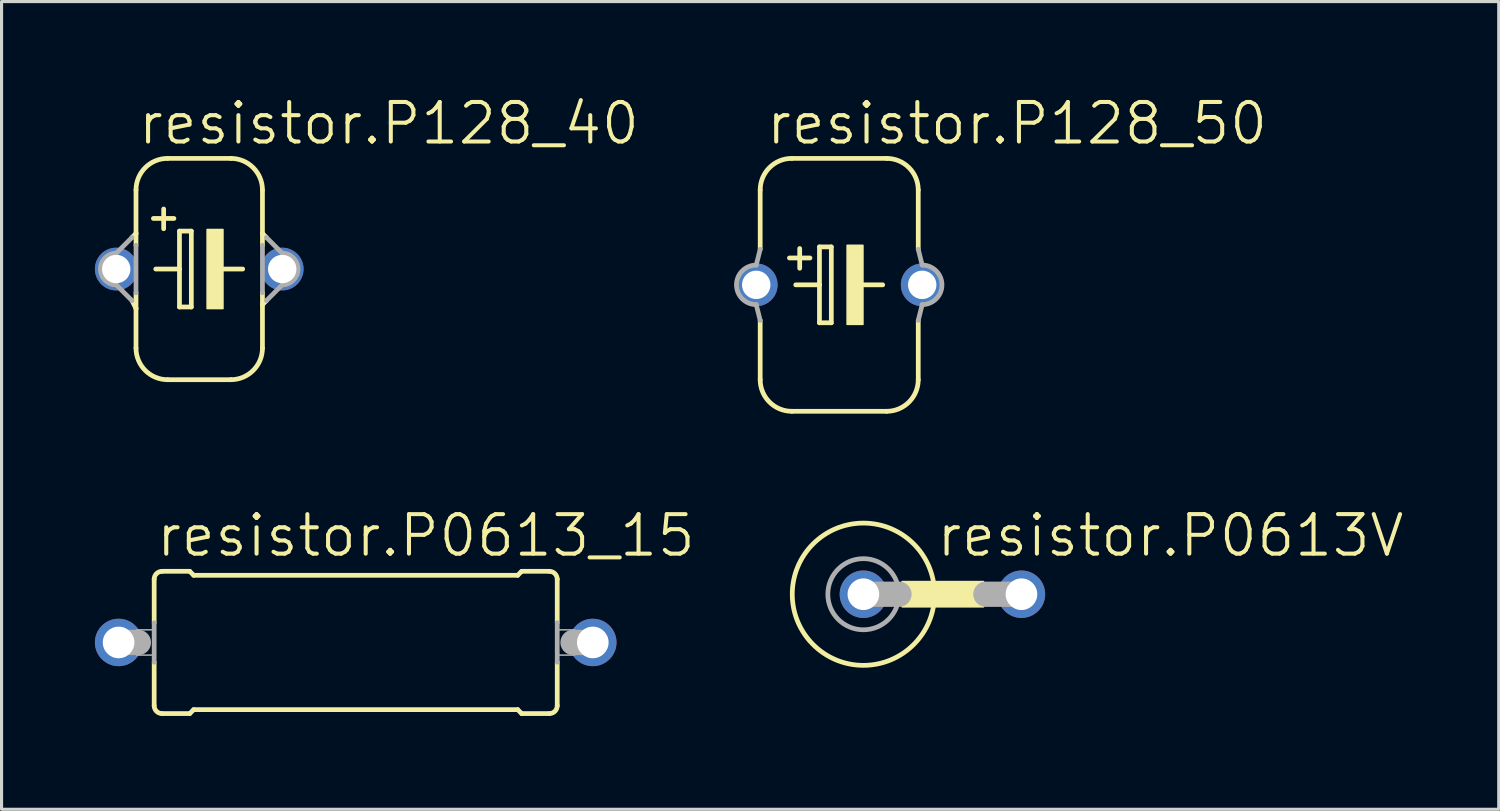
<source format=kicad_pcb>
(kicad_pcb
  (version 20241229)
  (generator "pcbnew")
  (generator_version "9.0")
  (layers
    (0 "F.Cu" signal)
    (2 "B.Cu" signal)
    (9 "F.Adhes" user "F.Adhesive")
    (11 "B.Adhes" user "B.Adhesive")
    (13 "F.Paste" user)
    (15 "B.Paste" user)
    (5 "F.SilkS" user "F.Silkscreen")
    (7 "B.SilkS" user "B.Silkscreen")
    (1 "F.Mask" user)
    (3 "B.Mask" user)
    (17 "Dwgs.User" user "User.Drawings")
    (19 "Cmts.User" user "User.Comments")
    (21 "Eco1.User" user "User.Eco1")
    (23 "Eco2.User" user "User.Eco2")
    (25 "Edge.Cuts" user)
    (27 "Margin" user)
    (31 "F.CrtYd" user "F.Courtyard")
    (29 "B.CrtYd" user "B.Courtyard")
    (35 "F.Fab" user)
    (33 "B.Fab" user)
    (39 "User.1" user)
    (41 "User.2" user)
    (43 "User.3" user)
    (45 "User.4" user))
  (footprint "resistor.P0613V"
    (layer "F.Cu")
    (at 27.239 16.048)
    (property "Reference" "resistor.P0613V" (at -0.254 -1.143 0) (layer "F.SilkS") (effects (font (size 1.27 1.27) (thickness 0.13)) (justify left bottom)))
    (attr through_hole)
    (fp_rect (start -1.295 0.406) (end 1.321 -0.406) (stroke (width 0.05) (type default)) (fill yes) (layer "F.SilkS"))
    (fp_circle (center -2.54 0) (end -0.254 0) (stroke (width 0.152) (type default)) (fill no) (layer "F.SilkS"))
    (fp_line (start -2.54 0) (end -1.397 0) (stroke (width 0.813) (type default)) (layer "F.Fab"))
    (fp_line (start 2.54 0) (end 1.397 0) (stroke (width 0.813) (type default)) (layer "F.Fab"))
    (fp_circle (center -2.54 0) (end -1.397 0) (stroke (width 0.152) (type default)) (fill no) (layer "F.Fab"))
    (pad "1" thru_hole circle (at -2.54 0) (size 1.524 1.524) (drill 1.016) (layers "*.Cu" "*.Mask"))
    (pad "2" thru_hole circle (at 2.54 0) (size 1.524 1.524) (drill 1.016) (layers "*.Cu" "*.Mask")))
  (footprint "resistor.P128_50"
    (layer "F.Cu")
    (at 23.922 6.105)
    (property "Reference" "resistor.P128_50" (at -2.413 -4.445 0) (layer "F.SilkS") (effects (font (size 1.27 1.27) (thickness 0.13)) (justify left bottom)))
    (attr through_hole)
    (fp_line (start -2.54 -3.048) (end -2.54 -1.143) (stroke (width 0.152) (type default)) (layer "F.SilkS"))
    (fp_line (start -2.54 1.143) (end -2.54 3.048) (stroke (width 0.152) (type default)) (layer "F.SilkS"))
    (fp_line (start -1.524 4.064) (end 1.524 4.064) (stroke (width 0.152) (type default)) (layer "F.SilkS"))
    (fp_line (start -1.397 0) (end -0.635 0) (stroke (width 0.152) (type default)) (layer "F.SilkS"))
    (fp_line (start -1.27 -1.168) (end -1.27 -0.533) (stroke (width 0.152) (type default)) (layer "F.SilkS"))
    (fp_line (start -0.94 -0.864) (end -1.6 -0.864) (stroke (width 0.152) (type default)) (layer "F.SilkS"))
    (fp_line (start -0.635 -1.219) (end -0.635 0) (stroke (width 0.152) (type default)) (layer "F.SilkS"))
    (fp_line (start -0.635 0) (end -0.635 1.219) (stroke (width 0.152) (type default)) (layer "F.SilkS"))
    (fp_line (start -0.635 1.219) (end -0.254 1.219) (stroke (width 0.152) (type default)) (layer "F.SilkS"))
    (fp_line (start -0.254 -1.219) (end -0.635 -1.219) (stroke (width 0.152) (type default)) (layer "F.SilkS"))
    (fp_line (start -0.254 1.219) (end -0.254 -1.219) (stroke (width 0.152) (type default)) (layer "F.SilkS"))
    (fp_line (start 0.635 0) (end 1.397 0) (stroke (width 0.152) (type default)) (layer "F.SilkS"))
    (fp_line (start 1.524 -4.064) (end -1.524 -4.064) (stroke (width 0.152) (type default)) (layer "F.SilkS"))
    (fp_line (start 2.54 -3.048) (end 2.54 -1.143) (stroke (width 0.152) (type default)) (layer "F.SilkS"))
    (fp_line (start 2.54 1.143) (end 2.54 3.048) (stroke (width 0.152) (type default)) (layer "F.SilkS"))
    (fp_rect (start 0.254 1.27) (end 0.762 -1.27) (stroke (width 0.05) (type default)) (fill yes) (layer "F.SilkS"))
    (fp_arc (start -2.54 -3.048) (mid -2.24242 -3.76642) (end -1.524 -4.064) (stroke (width 0.1524) (type default)) (layer "F.SilkS"))
    (fp_arc (start -1.524 4.064) (mid -2.24242 3.76642) (end -2.54 3.048) (stroke (width 0.1524) (type default)) (layer "F.SilkS"))
    (fp_arc (start 1.524 -4.064) (mid 2.24242 -3.76642) (end 2.54 -3.048) (stroke (width 0.1524) (type default)) (layer "F.SilkS"))
    (fp_arc (start 2.54 3.048) (mid 2.24242 3.76642) (end 1.524 4.064) (stroke (width 0.1524) (type default)) (layer "F.SilkS"))
    (fp_line (start -2.667 -0.635) (end -2.54 -1.143) (stroke (width 0.152) (type default)) (layer "F.Fab"))
    (fp_line (start -2.54 1.143) (end -2.667 0.635) (stroke (width 0.152) (type default)) (layer "F.Fab"))
    (fp_line (start 2.54 1.143) (end 2.667 0.635) (stroke (width 0.152) (type default)) (layer "F.Fab"))
    (fp_line (start 2.667 -0.635) (end 2.54 -1.143) (stroke (width 0.152) (type default)) (layer "F.Fab"))
    (fp_arc (start -2.667 0.635) (mid -3.302 0) (end -2.667 -0.635) (stroke (width 0.1524) (type default)) (layer "F.Fab"))
    (fp_arc (start 2.667 -0.635) (mid 3.302 0) (end 2.667 0.635) (stroke (width 0.1524) (type default)) (layer "F.Fab"))
    (pad "+" thru_hole circle (at -2.667 0) (size 1.372 1.372) (drill 0.914) (layers "*.Cu" "*.Mask"))
    (pad "-" thru_hole circle (at 2.667 0) (size 1.372 1.372) (drill 0.914) (layers "*.Cu" "*.Mask")))
  (footprint "resistor.P128_40"
    (layer "F.Cu")
    (at 3.353 5.597)
    (property "Reference" "resistor.P128_40" (at -2.032 -3.937 0) (layer "F.SilkS") (effects (font (size 1.27 1.27) (thickness 0.13)) (justify left bottom)))
    (attr through_hole)
    (fp_line (start -2.159 -1.016) (end -2.032 -1.143) (stroke (width 0.152) (type default)) (layer "F.SilkS"))
    (fp_line (start -2.032 -2.54) (end -2.032 -1.143) (stroke (width 0.152) (type default)) (layer "F.SilkS"))
    (fp_line (start -2.032 -1.143) (end -2.032 -0.762) (stroke (width 0.152) (type default)) (layer "F.SilkS"))
    (fp_line (start -2.032 0.762) (end -2.032 1.27) (stroke (width 0.152) (type default)) (layer "F.SilkS"))
    (fp_line (start -2.032 1.27) (end -2.159 1.016) (stroke (width 0.152) (type default)) (layer "F.SilkS"))
    (fp_line (start -2.032 1.27) (end -2.032 2.54) (stroke (width 0.152) (type default)) (layer "F.SilkS"))
    (fp_line (start -1.397 0) (end -0.635 0) (stroke (width 0.152) (type default)) (layer "F.SilkS"))
    (fp_line (start -1.143 -1.93) (end -1.143 -1.295) (stroke (width 0.152) (type default)) (layer "F.SilkS"))
    (fp_line (start -1.016 3.556) (end 1.016 3.556) (stroke (width 0.152) (type default)) (layer "F.SilkS"))
    (fp_line (start -0.813 -1.626) (end -1.473 -1.626) (stroke (width 0.152) (type default)) (layer "F.SilkS"))
    (fp_line (start -0.635 -1.219) (end -0.635 0) (stroke (width 0.152) (type default)) (layer "F.SilkS"))
    (fp_line (start -0.635 0) (end -0.635 1.219) (stroke (width 0.152) (type default)) (layer "F.SilkS"))
    (fp_line (start -0.635 1.219) (end -0.254 1.219) (stroke (width 0.152) (type default)) (layer "F.SilkS"))
    (fp_line (start -0.254 -1.219) (end -0.635 -1.219) (stroke (width 0.152) (type default)) (layer "F.SilkS"))
    (fp_line (start -0.254 1.219) (end -0.254 -1.219) (stroke (width 0.152) (type default)) (layer "F.SilkS"))
    (fp_line (start 0.635 0) (end 1.397 0) (stroke (width 0.152) (type default)) (layer "F.SilkS"))
    (fp_line (start 1.016 -3.556) (end -1.016 -3.556) (stroke (width 0.152) (type default)) (layer "F.SilkS"))
    (fp_line (start 2.032 -2.54) (end 2.032 -1.143) (stroke (width 0.152) (type default)) (layer "F.SilkS"))
    (fp_line (start 2.032 -1.143) (end 2.032 -0.762) (stroke (width 0.152) (type default)) (layer "F.SilkS"))
    (fp_line (start 2.032 0.762) (end 2.032 1.143) (stroke (width 0.152) (type default)) (layer "F.SilkS"))
    (fp_line (start 2.032 1.143) (end 2.032 2.54) (stroke (width 0.152) (type default)) (layer "F.SilkS"))
    (fp_line (start 2.032 1.143) (end 2.159 1.016) (stroke (width 0.152) (type default)) (layer "F.SilkS"))
    (fp_line (start 2.159 -1.016) (end 2.032 -1.143) (stroke (width 0.152) (type default)) (layer "F.SilkS"))
    (fp_rect (start 0.254 1.27) (end 0.762 -1.27) (stroke (width 0.05) (type default)) (fill yes) (layer "F.SilkS"))
    (fp_arc (start -2.032 -2.54) (mid -1.73442 -3.25842) (end -1.016 -3.556) (stroke (width 0.1524) (type default)) (layer "F.SilkS"))
    (fp_arc (start -1.016 3.556) (mid -1.73442 3.25842) (end -2.032 2.54) (stroke (width 0.1524) (type default)) (layer "F.SilkS"))
    (fp_arc (start 1.016 -3.556) (mid 1.73442 -3.25842) (end 2.032 -2.54) (stroke (width 0.1524) (type default)) (layer "F.SilkS"))
    (fp_arc (start 2.032 2.54) (mid 1.73442 3.25842) (end 1.016 3.556) (stroke (width 0.1524) (type default)) (layer "F.SilkS"))
    (fp_line (start -2.667 -0.508) (end -2.159 -1.016) (stroke (width 0.152) (type default)) (layer "F.Fab"))
    (fp_line (start -2.159 1.016) (end -2.667 0.508) (stroke (width 0.152) (type default)) (layer "F.Fab"))
    (fp_line (start -2.032 -0.762) (end -2.032 0.762) (stroke (width 0.152) (type default)) (layer "F.Fab"))
    (fp_line (start 2.032 -0.762) (end 2.032 0.762) (stroke (width 0.152) (type default)) (layer "F.Fab"))
    (fp_line (start 2.159 1.016) (end 2.667 0.508) (stroke (width 0.152) (type default)) (layer "F.Fab"))
    (fp_line (start 2.667 -0.508) (end 2.159 -1.016) (stroke (width 0.152) (type default)) (layer "F.Fab"))
    (fp_arc (start -2.667 0.508) (mid -3.175 0) (end -2.667 -0.508) (stroke (width 0.1524) (type default)) (layer "F.Fab"))
    (fp_arc (start 2.667 -0.508) (mid 3.175 0) (end 2.667 0.508) (stroke (width 0.1524) (type default)) (layer "F.Fab"))
    (pad "+" thru_hole circle (at -2.667 0) (size 1.372 1.372) (drill 0.914) (layers "*.Cu" "*.Mask"))
    (pad "-" thru_hole circle (at 2.667 0) (size 1.372 1.372) (drill 0.914) (layers "*.Cu" "*.Mask")))
  (footprint "resistor.P0613_15"
    (layer "F.Cu")
    (at 8.382 17.598)
    (property "Reference" "resistor.P0613_15" (at -6.477 -2.692 0) (layer "F.SilkS") (effects (font (size 1.27 1.27) (thickness 0.13)) (justify left bottom)))
    (attr through_hole)
    (fp_line (start -6.477 -0.635) (end -6.477 -2.032) (stroke (width 0.152) (type default)) (layer "F.SilkS"))
    (fp_line (start -6.477 2.032) (end -6.477 0.635) (stroke (width 0.152) (type default)) (layer "F.SilkS"))
    (fp_line (start -6.223 -2.286) (end -5.334 -2.286) (stroke (width 0.152) (type default)) (layer "F.SilkS"))
    (fp_line (start -6.223 2.286) (end -5.334 2.286) (stroke (width 0.152) (type default)) (layer "F.SilkS"))
    (fp_line (start -5.207 -2.159) (end -5.334 -2.286) (stroke (width 0.152) (type default)) (layer "F.SilkS"))
    (fp_line (start -5.207 2.159) (end -5.334 2.286) (stroke (width 0.152) (type default)) (layer "F.SilkS"))
    (fp_line (start 5.207 -2.159) (end -5.207 -2.159) (stroke (width 0.152) (type default)) (layer "F.SilkS"))
    (fp_line (start 5.207 -2.159) (end 5.334 -2.286) (stroke (width 0.152) (type default)) (layer "F.SilkS"))
    (fp_line (start 5.207 2.159) (end -5.207 2.159) (stroke (width 0.152) (type default)) (layer "F.SilkS"))
    (fp_line (start 5.207 2.159) (end 5.334 2.286) (stroke (width 0.152) (type default)) (layer "F.SilkS"))
    (fp_line (start 6.223 -2.286) (end 5.334 -2.286) (stroke (width 0.152) (type default)) (layer "F.SilkS"))
    (fp_line (start 6.223 2.286) (end 5.334 2.286) (stroke (width 0.152) (type default)) (layer "F.SilkS"))
    (fp_line (start 6.477 -2.032) (end 6.477 -0.635) (stroke (width 0.152) (type default)) (layer "F.SilkS"))
    (fp_line (start 6.477 0.635) (end 6.477 2.032) (stroke (width 0.152) (type default)) (layer "F.SilkS"))
    (fp_arc (start -6.477 -2.032) (mid -6.402605 -2.211605) (end -6.223 -2.286) (stroke (width 0.1524) (type default)) (layer "F.SilkS"))
    (fp_arc (start -6.223 2.286) (mid -6.402605 2.211605) (end -6.477 2.032) (stroke (width 0.1524) (type default)) (layer "F.SilkS"))
    (fp_arc (start 6.223 -2.286) (mid 6.402605 -2.211605) (end 6.477 -2.032) (stroke (width 0.1524) (type default)) (layer "F.SilkS"))
    (fp_arc (start 6.477 2.032) (mid 6.402605 2.211605) (end 6.223 2.286) (stroke (width 0.1524) (type default)) (layer "F.SilkS"))
    (fp_line (start -7.62 0) (end -6.985 0) (stroke (width 0.813) (type default)) (layer "F.Fab"))
    (fp_line (start -6.477 -0.635) (end -6.477 0.635) (stroke (width 0.152) (type default)) (layer "F.Fab"))
    (fp_line (start 6.477 0.635) (end 6.477 -0.635) (stroke (width 0.152) (type default)) (layer "F.Fab"))
    (fp_line (start 7.62 0) (end 6.985 0) (stroke (width 0.813) (type default)) (layer "F.Fab"))
    (fp_rect (start -7.036 0.406) (end -6.477 -0.406) (stroke (width 0.05) (type default)) (fill no) (layer "F.Fab"))
    (fp_rect (start 6.477 0.406) (end 7.036 -0.406) (stroke (width 0.05) (type default)) (fill no) (layer "F.Fab"))
    (pad "1" thru_hole circle (at -7.62 0) (size 1.524 1.524) (drill 1.016) (layers "*.Cu" "*.Mask"))
    (pad "2" thru_hole circle (at 7.62 0) (size 1.524 1.524) (drill 1.016) (layers "*.Cu" "*.Mask")))
  (gr_rect
    (start -3 -3)
    (end 45.119 22.96)
    (stroke (width 0.1) (type default))
    (fill no)
    (layer "Edge.Cuts")))
</source>
